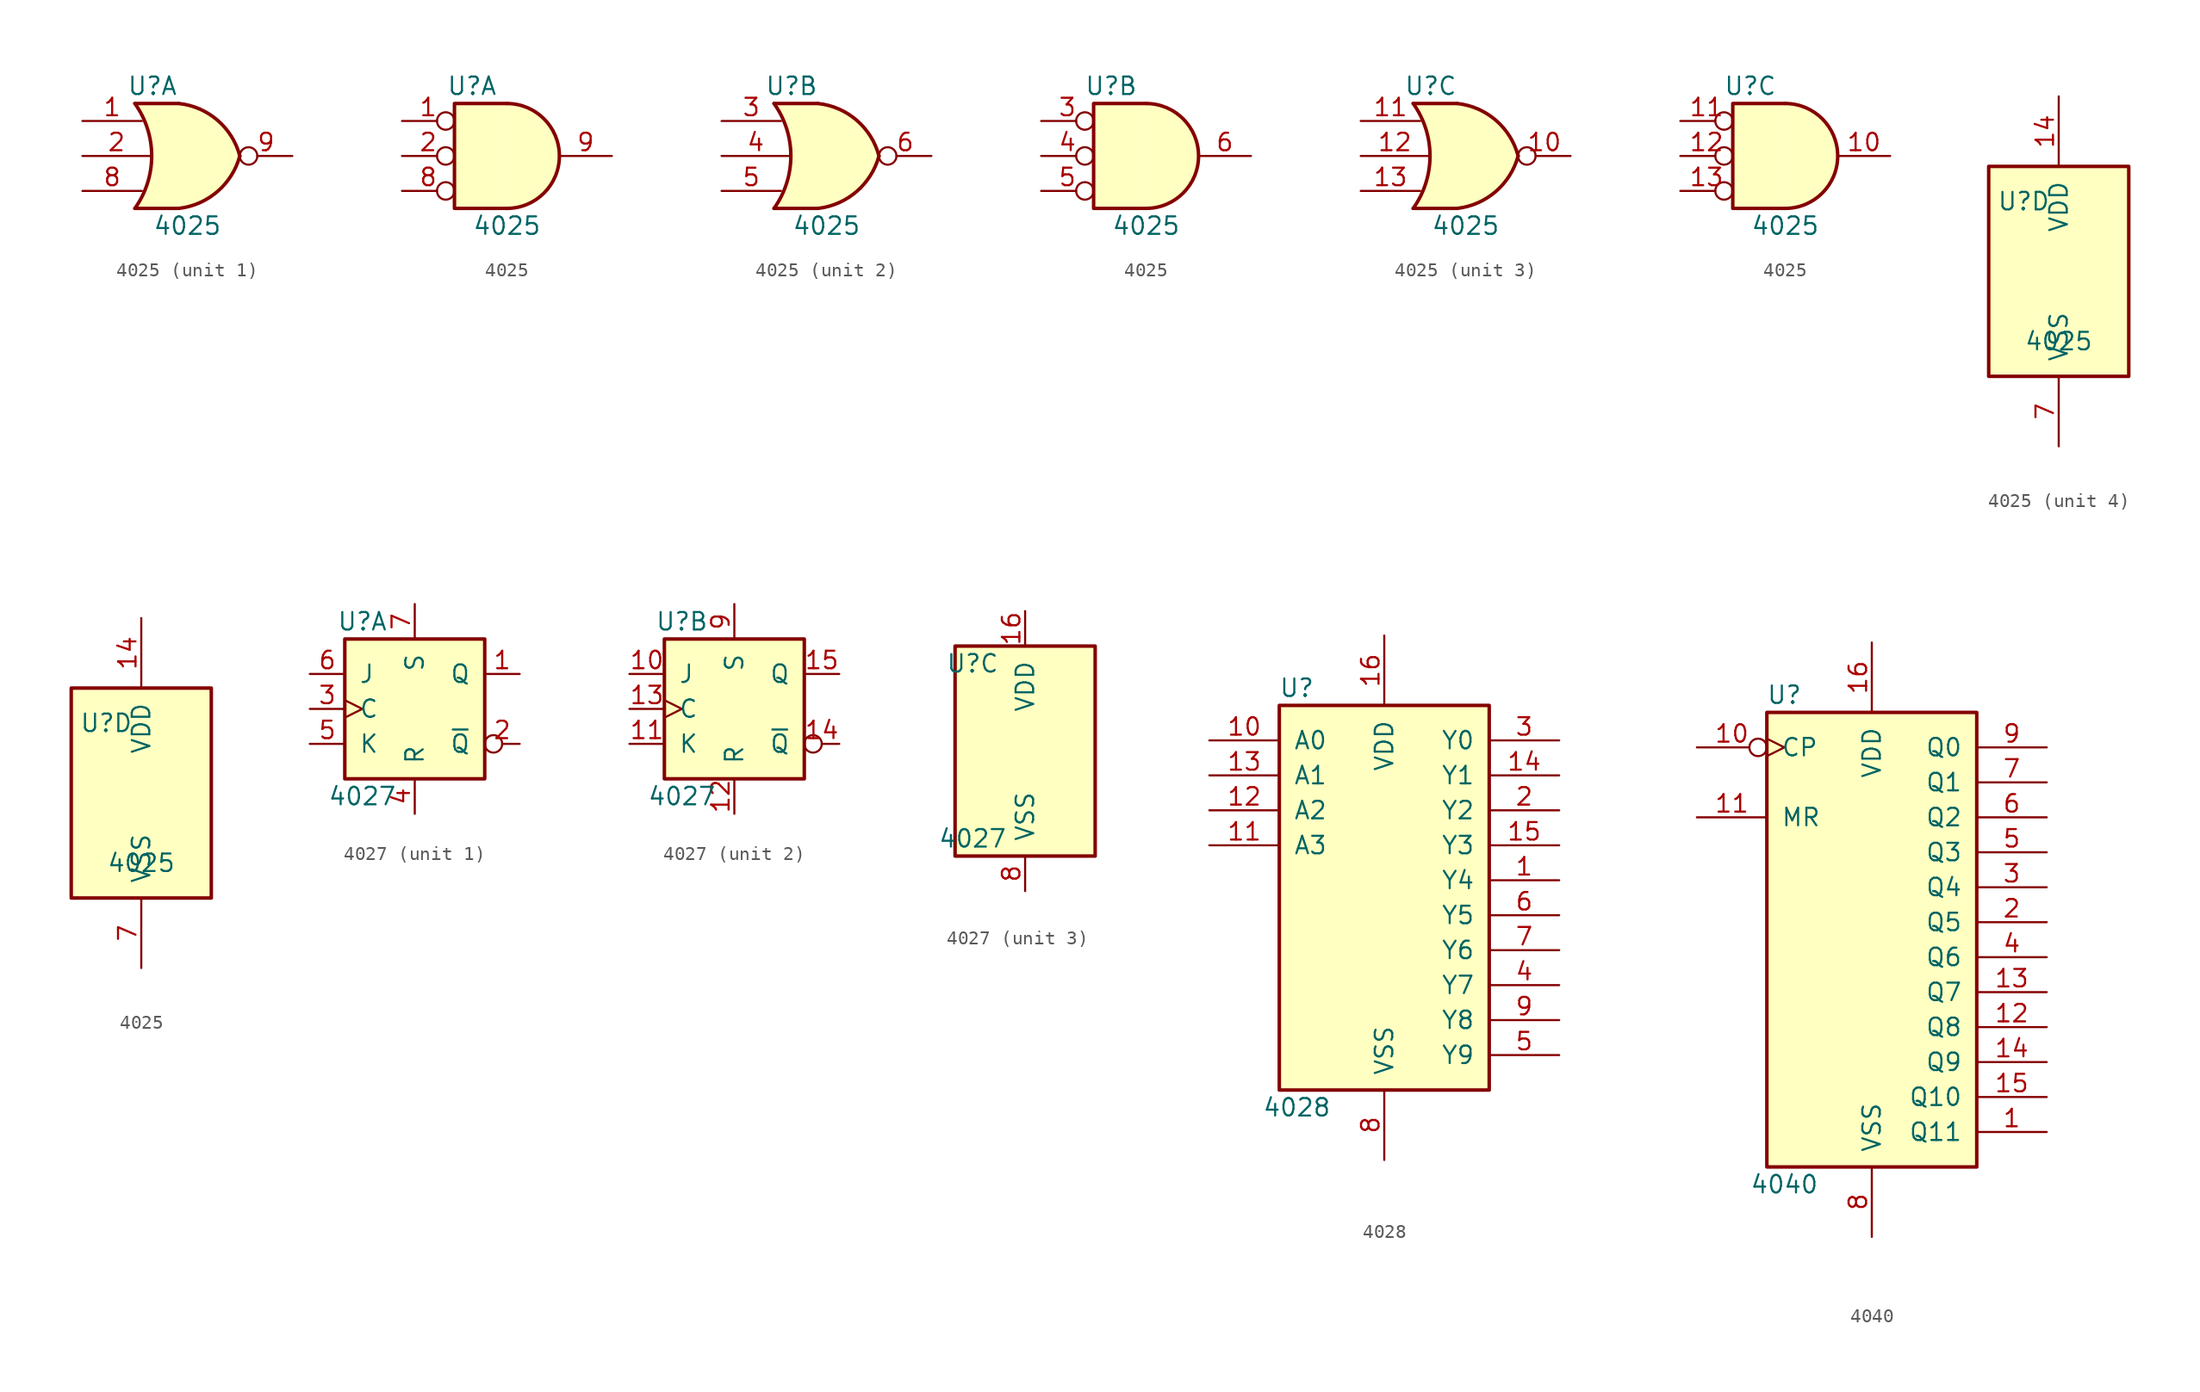
<source format=kicad_sym>
(kicad_symbol_lib
  (version 20211014)
  (generator kicad_symbol_editor)
  (symbol "4025"
    (pin_names
      (offset 1.016))
    (property "Reference" "U"
      (at -2.54 5.08 0)
      (effects (font (size 1.27 1.27))))
    (property "Value" "4025"
      (at 0 -5.08 0)
      (effects (font (size 1.27 1.27))))
    (property "ki_locked" ""
      (at 0 0 0)
      (effects (font (size 1.27 1.27))))
    (symbol "4025_1_1"
      (arc (start -3.81 -3.81) (mid -2.589 0) (end -3.81 3.81) (stroke (width 0.254) (type default) (color 0 0 0 0)) (fill (type none)))
      (arc (start -0.6096 -3.81) (mid 2.1842 -2.5851) (end 3.81 0) (stroke (width 0.254) (type default) (color 0 0 0 0)) (fill (type background)))
      (polyline (pts (xy -3.81 -3.81) (xy -0.635 -3.81)) (stroke (width 0.254) (type default) (color 0 0 0 0)) (fill (type background)))
      (polyline (pts (xy -3.81 3.81) (xy -0.635 3.81)) (stroke (width 0.254) (type default) (color 0 0 0 0)) (fill (type background)))
      (polyline (pts (xy -0.635 3.81) (xy -3.81 3.81) (xy -3.81 3.81) (xy -3.556 3.404) (xy -3.023 2.261) (xy -2.692 1.041) (xy -2.616 -0.254) (xy -2.769 -1.499) (xy -3.175 -2.718) (xy -3.81 -3.81) (xy -3.81 -3.81) (xy -0.635 -3.81)) (stroke (width -25.4) (type default) (color 0 0 0 0)) (fill (type background)))
      (arc (start 3.81 0) (mid 2.1915 2.5936) (end -0.6096 3.81) (stroke (width 0.254) (type default) (color 0 0 0 0)) (fill (type background)))
      (pin input line (at -7.62 2.54 0) (length 4.318) (name "~" (effects (font (size 1.27 1.27)))) (number "1" (effects (font (size 1.27 1.27)))))
      (pin input line (at -7.62 0 0) (length 4.953) (name "~" (effects (font (size 1.27 1.27)))) (number "2" (effects (font (size 1.27 1.27)))))
      (pin input line (at -7.62 -2.54 0) (length 4.318) (name "~" (effects (font (size 1.27 1.27)))) (number "8" (effects (font (size 1.27 1.27)))))
      (pin output inverted (at 7.62 0 180) (length 3.81) (name "~" (effects (font (size 1.27 1.27)))) (number "9" (effects (font (size 1.27 1.27))))))
    (symbol "4025_1_2"
      (arc (start 0 -3.81) (mid 3.81 0) (end 0 3.81) (stroke (width 0.254) (type default) (color 0 0 0 0)) (fill (type background)))
      (polyline (pts (xy 0 3.81) (xy -3.81 3.81) (xy -3.81 -3.81) (xy 0 -3.81)) (stroke (width 0.254) (type default) (color 0 0 0 0)) (fill (type background)))
      (pin input inverted (at -7.62 2.54 0) (length 3.81) (name "~" (effects (font (size 1.27 1.27)))) (number "1" (effects (font (size 1.27 1.27)))))
      (pin input inverted (at -7.62 0 0) (length 3.81) (name "~" (effects (font (size 1.27 1.27)))) (number "2" (effects (font (size 1.27 1.27)))))
      (pin input inverted (at -7.62 -2.54 0) (length 3.81) (name "~" (effects (font (size 1.27 1.27)))) (number "8" (effects (font (size 1.27 1.27)))))
      (pin output line (at 7.62 0 180) (length 3.81) (name "~" (effects (font (size 1.27 1.27)))) (number "9" (effects (font (size 1.27 1.27))))))
    (symbol "4025_2_1"
      (arc (start -3.81 -3.81) (mid -2.589 0) (end -3.81 3.81) (stroke (width 0.254) (type default) (color 0 0 0 0)) (fill (type none)))
      (arc (start -0.6096 -3.81) (mid 2.1842 -2.5851) (end 3.81 0) (stroke (width 0.254) (type default) (color 0 0 0 0)) (fill (type background)))
      (polyline (pts (xy -3.81 -3.81) (xy -0.635 -3.81)) (stroke (width 0.254) (type default) (color 0 0 0 0)) (fill (type background)))
      (polyline (pts (xy -3.81 3.81) (xy -0.635 3.81)) (stroke (width 0.254) (type default) (color 0 0 0 0)) (fill (type background)))
      (polyline (pts (xy -0.635 3.81) (xy -3.81 3.81) (xy -3.81 3.81) (xy -3.556 3.404) (xy -3.023 2.261) (xy -2.692 1.041) (xy -2.616 -0.254) (xy -2.769 -1.499) (xy -3.175 -2.718) (xy -3.81 -3.81) (xy -3.81 -3.81) (xy -0.635 -3.81)) (stroke (width -25.4) (type default) (color 0 0 0 0)) (fill (type background)))
      (arc (start 3.81 0) (mid 2.1915 2.5936) (end -0.6096 3.81) (stroke (width 0.254) (type default) (color 0 0 0 0)) (fill (type background)))
      (pin input line (at -7.62 2.54 0) (length 4.318) (name "~" (effects (font (size 1.27 1.27)))) (number "3" (effects (font (size 1.27 1.27)))))
      (pin input line (at -7.62 0 0) (length 4.953) (name "~" (effects (font (size 1.27 1.27)))) (number "4" (effects (font (size 1.27 1.27)))))
      (pin input line (at -7.62 -2.54 0) (length 4.318) (name "~" (effects (font (size 1.27 1.27)))) (number "5" (effects (font (size 1.27 1.27)))))
      (pin output inverted (at 7.62 0 180) (length 3.81) (name "~" (effects (font (size 1.27 1.27)))) (number "6" (effects (font (size 1.27 1.27))))))
    (symbol "4025_2_2"
      (arc (start 0 -3.81) (mid 3.81 0) (end 0 3.81) (stroke (width 0.254) (type default) (color 0 0 0 0)) (fill (type background)))
      (polyline (pts (xy 0 3.81) (xy -3.81 3.81) (xy -3.81 -3.81) (xy 0 -3.81)) (stroke (width 0.254) (type default) (color 0 0 0 0)) (fill (type background)))
      (pin input inverted (at -7.62 2.54 0) (length 3.81) (name "~" (effects (font (size 1.27 1.27)))) (number "3" (effects (font (size 1.27 1.27)))))
      (pin input inverted (at -7.62 0 0) (length 3.81) (name "~" (effects (font (size 1.27 1.27)))) (number "4" (effects (font (size 1.27 1.27)))))
      (pin input inverted (at -7.62 -2.54 0) (length 3.81) (name "~" (effects (font (size 1.27 1.27)))) (number "5" (effects (font (size 1.27 1.27)))))
      (pin output line (at 7.62 0 180) (length 3.81) (name "~" (effects (font (size 1.27 1.27)))) (number "6" (effects (font (size 1.27 1.27))))))
    (symbol "4025_3_1"
      (arc (start -3.81 -3.81) (mid -2.589 0) (end -3.81 3.81) (stroke (width 0.254) (type default) (color 0 0 0 0)) (fill (type none)))
      (arc (start -0.6096 -3.81) (mid 2.1842 -2.5851) (end 3.81 0) (stroke (width 0.254) (type default) (color 0 0 0 0)) (fill (type background)))
      (polyline (pts (xy -3.81 -3.81) (xy -0.635 -3.81)) (stroke (width 0.254) (type default) (color 0 0 0 0)) (fill (type background)))
      (polyline (pts (xy -3.81 3.81) (xy -0.635 3.81)) (stroke (width 0.254) (type default) (color 0 0 0 0)) (fill (type background)))
      (polyline (pts (xy -0.635 3.81) (xy -3.81 3.81) (xy -3.81 3.81) (xy -3.556 3.404) (xy -3.023 2.261) (xy -2.692 1.041) (xy -2.616 -0.254) (xy -2.769 -1.499) (xy -3.175 -2.718) (xy -3.81 -3.81) (xy -3.81 -3.81) (xy -0.635 -3.81)) (stroke (width -25.4) (type default) (color 0 0 0 0)) (fill (type background)))
      (arc (start 3.81 0) (mid 2.1915 2.5936) (end -0.6096 3.81) (stroke (width 0.254) (type default) (color 0 0 0 0)) (fill (type background)))
      (pin output inverted (at 7.62 0 180) (length 3.81) (name "~" (effects (font (size 1.27 1.27)))) (number "10" (effects (font (size 1.27 1.27)))))
      (pin input line (at -7.62 2.54 0) (length 4.318) (name "~" (effects (font (size 1.27 1.27)))) (number "11" (effects (font (size 1.27 1.27)))))
      (pin input line (at -7.62 0 0) (length 4.953) (name "~" (effects (font (size 1.27 1.27)))) (number "12" (effects (font (size 1.27 1.27)))))
      (pin input line (at -7.62 -2.54 0) (length 4.318) (name "~" (effects (font (size 1.27 1.27)))) (number "13" (effects (font (size 1.27 1.27))))))
    (symbol "4025_3_2"
      (arc (start 0 -3.81) (mid 3.81 0) (end 0 3.81) (stroke (width 0.254) (type default) (color 0 0 0 0)) (fill (type background)))
      (polyline (pts (xy 0 3.81) (xy -3.81 3.81) (xy -3.81 -3.81) (xy 0 -3.81)) (stroke (width 0.254) (type default) (color 0 0 0 0)) (fill (type background)))
      (pin output line (at 7.62 0 180) (length 3.81) (name "~" (effects (font (size 1.27 1.27)))) (number "10" (effects (font (size 1.27 1.27)))))
      (pin input inverted (at -7.62 2.54 0) (length 3.81) (name "~" (effects (font (size 1.27 1.27)))) (number "11" (effects (font (size 1.27 1.27)))))
      (pin input inverted (at -7.62 0 0) (length 3.81) (name "~" (effects (font (size 1.27 1.27)))) (number "12" (effects (font (size 1.27 1.27)))))
      (pin input inverted (at -7.62 -2.54 0) (length 3.81) (name "~" (effects (font (size 1.27 1.27)))) (number "13" (effects (font (size 1.27 1.27))))))
    (symbol "4025_4_0"
      (pin power_in line (at 0 12.7 270) (length 5.08) (name "VDD" (effects (font (size 1.27 1.27)))) (number "14" (effects (font (size 1.27 1.27)))))
      (pin power_in line (at 0 -12.7 90) (length 5.08) (name "VSS" (effects (font (size 1.27 1.27)))) (number "7" (effects (font (size 1.27 1.27))))))
    (symbol "4025_4_1"
      (rectangle (start -5.08 7.62) (end 5.08 -7.62) (stroke (width 0.254) (type default) (color 0 0 0 0)) (fill (type background))))
    (symbol "4025_4_2"
      (rectangle (start -5.08 7.62) (end 5.08 -7.62) (stroke (width 0.254) (type default) (color 0 0 0 0)) (fill (type background)))))
  (symbol "4027"
    (pin_names
      (offset 1.016))
    (property "Reference" "U"
      (at -3.81 6.35 0)
      (effects (font (size 1.27 1.27))))
    (property "Value" "4027"
      (at -3.81 -6.35 0)
      (effects (font (size 1.27 1.27))))
    (property "ki_locked" ""
      (at 0 0 0)
      (effects (font (size 1.27 1.27))))
    (symbol "4027_1_1"
      (rectangle (start -5.08 5.08) (end 5.08 -5.08) (stroke (width 0.254) (type default) (color 0 0 0 0)) (fill (type background)))
      (pin output line (at 7.62 2.54 180) (length 2.54) (name "Q" (effects (font (size 1.27 1.27)))) (number "1" (effects (font (size 1.27 1.27)))))
      (pin output inverted (at 7.62 -2.54 180) (length 2.54) (name "~{Q}" (effects (font (size 1.27 1.27)))) (number "2" (effects (font (size 1.27 1.27)))))
      (pin input clock (at -7.62 0 0) (length 2.54) (name "C" (effects (font (size 1.27 1.27)))) (number "3" (effects (font (size 1.27 1.27)))))
      (pin input line (at 0 -7.62 90) (length 2.54) (name "R" (effects (font (size 1.27 1.27)))) (number "4" (effects (font (size 1.27 1.27)))))
      (pin input line (at -7.62 -2.54 0) (length 2.54) (name "K" (effects (font (size 1.27 1.27)))) (number "5" (effects (font (size 1.27 1.27)))))
      (pin input line (at -7.62 2.54 0) (length 2.54) (name "J" (effects (font (size 1.27 1.27)))) (number "6" (effects (font (size 1.27 1.27)))))
      (pin input line (at 0 7.62 270) (length 2.54) (name "S" (effects (font (size 1.27 1.27)))) (number "7" (effects (font (size 1.27 1.27))))))
    (symbol "4027_2_1"
      (rectangle (start -5.08 5.08) (end 5.08 -5.08) (stroke (width 0.254) (type default) (color 0 0 0 0)) (fill (type background)))
      (pin input line (at -7.62 2.54 0) (length 2.54) (name "J" (effects (font (size 1.27 1.27)))) (number "10" (effects (font (size 1.27 1.27)))))
      (pin input line (at -7.62 -2.54 0) (length 2.54) (name "K" (effects (font (size 1.27 1.27)))) (number "11" (effects (font (size 1.27 1.27)))))
      (pin input line (at 0 -7.62 90) (length 2.54) (name "R" (effects (font (size 1.27 1.27)))) (number "12" (effects (font (size 1.27 1.27)))))
      (pin input clock (at -7.62 0 0) (length 2.54) (name "C" (effects (font (size 1.27 1.27)))) (number "13" (effects (font (size 1.27 1.27)))))
      (pin output inverted (at 7.62 -2.54 180) (length 2.54) (name "~{Q}" (effects (font (size 1.27 1.27)))) (number "14" (effects (font (size 1.27 1.27)))))
      (pin output line (at 7.62 2.54 180) (length 2.54) (name "Q" (effects (font (size 1.27 1.27)))) (number "15" (effects (font (size 1.27 1.27)))))
      (pin input line (at 0 7.62 270) (length 2.54) (name "S" (effects (font (size 1.27 1.27)))) (number "9" (effects (font (size 1.27 1.27))))))
    (symbol "4027_3_0"
      (pin power_in line (at 0 10.16 270) (length 2.54) (name "VDD" (effects (font (size 1.27 1.27)))) (number "16" (effects (font (size 1.27 1.27)))))
      (pin power_in line (at 0 -10.16 90) (length 2.54) (name "VSS" (effects (font (size 1.27 1.27)))) (number "8" (effects (font (size 1.27 1.27))))))
    (symbol "4027_3_1"
      (rectangle (start -5.08 7.62) (end 5.08 -7.62) (stroke (width 0.254) (type default) (color 0 0 0 0)) (fill (type background)))))
  (symbol "4028"
    (pin_names
      (offset 1.016))
    (property "Reference" "U"
      (at -6.35 13.97 0)
      (effects (font (size 1.27 1.27))))
    (property "Value" "4028"
      (at -6.35 -16.51 0)
      (effects (font (size 1.27 1.27))))
    (symbol "4028_1_0"
      (pin output line (at 12.7 0 180) (length 5.08) (name "Y4" (effects (font (size 1.27 1.27)))) (number "1" (effects (font (size 1.27 1.27)))))
      (pin input line (at -12.7 10.16 0) (length 5.08) (name "A0" (effects (font (size 1.27 1.27)))) (number "10" (effects (font (size 1.27 1.27)))))
      (pin input line (at -12.7 2.54 0) (length 5.08) (name "A3" (effects (font (size 1.27 1.27)))) (number "11" (effects (font (size 1.27 1.27)))))
      (pin input line (at -12.7 5.08 0) (length 5.08) (name "A2" (effects (font (size 1.27 1.27)))) (number "12" (effects (font (size 1.27 1.27)))))
      (pin input line (at -12.7 7.62 0) (length 5.08) (name "A1" (effects (font (size 1.27 1.27)))) (number "13" (effects (font (size 1.27 1.27)))))
      (pin output line (at 12.7 7.62 180) (length 5.08) (name "Y1" (effects (font (size 1.27 1.27)))) (number "14" (effects (font (size 1.27 1.27)))))
      (pin output line (at 12.7 2.54 180) (length 5.08) (name "Y3" (effects (font (size 1.27 1.27)))) (number "15" (effects (font (size 1.27 1.27)))))
      (pin power_in line (at 0 17.78 270) (length 5.08) (name "VDD" (effects (font (size 1.27 1.27)))) (number "16" (effects (font (size 1.27 1.27)))))
      (pin output line (at 12.7 5.08 180) (length 5.08) (name "Y2" (effects (font (size 1.27 1.27)))) (number "2" (effects (font (size 1.27 1.27)))))
      (pin output line (at 12.7 10.16 180) (length 5.08) (name "Y0" (effects (font (size 1.27 1.27)))) (number "3" (effects (font (size 1.27 1.27)))))
      (pin output line (at 12.7 -7.62 180) (length 5.08) (name "Y7" (effects (font (size 1.27 1.27)))) (number "4" (effects (font (size 1.27 1.27)))))
      (pin output line (at 12.7 -12.7 180) (length 5.08) (name "Y9" (effects (font (size 1.27 1.27)))) (number "5" (effects (font (size 1.27 1.27)))))
      (pin output line (at 12.7 -2.54 180) (length 5.08) (name "Y5" (effects (font (size 1.27 1.27)))) (number "6" (effects (font (size 1.27 1.27)))))
      (pin output line (at 12.7 -5.08 180) (length 5.08) (name "Y6" (effects (font (size 1.27 1.27)))) (number "7" (effects (font (size 1.27 1.27)))))
      (pin power_in line (at 0 -20.32 90) (length 5.08) (name "VSS" (effects (font (size 1.27 1.27)))) (number "8" (effects (font (size 1.27 1.27)))))
      (pin output line (at 12.7 -10.16 180) (length 5.08) (name "Y8" (effects (font (size 1.27 1.27)))) (number "9" (effects (font (size 1.27 1.27))))))
    (symbol "4028_1_1"
      (rectangle (start -7.62 12.7) (end 7.62 -15.24) (stroke (width 0.254) (type default) (color 0 0 0 0)) (fill (type background)))))
  (symbol "4040"
    (pin_names
      (offset 1.016))
    (property "Reference" "U"
      (at -6.35 17.78 0)
      (effects (font (size 1.27 1.27))))
    (property "Value" "4040"
      (at -6.35 -17.78 0)
      (effects (font (size 1.27 1.27))))
    (symbol "4040_1_0"
      (pin output line (at 12.7 -13.97 180) (length 5.08) (name "Q11" (effects (font (size 1.27 1.27)))) (number "1" (effects (font (size 1.27 1.27)))))
      (pin input inverted_clock (at -12.7 13.97 0) (length 5.08) (name "CP" (effects (font (size 1.27 1.27)))) (number "10" (effects (font (size 1.27 1.27)))))
      (pin input line (at -12.7 8.89 0) (length 5.08) (name "MR" (effects (font (size 1.27 1.27)))) (number "11" (effects (font (size 1.27 1.27)))))
      (pin output line (at 12.7 -6.35 180) (length 5.08) (name "Q8" (effects (font (size 1.27 1.27)))) (number "12" (effects (font (size 1.27 1.27)))))
      (pin output line (at 12.7 -3.81 180) (length 5.08) (name "Q7" (effects (font (size 1.27 1.27)))) (number "13" (effects (font (size 1.27 1.27)))))
      (pin output line (at 12.7 -8.89 180) (length 5.08) (name "Q9" (effects (font (size 1.27 1.27)))) (number "14" (effects (font (size 1.27 1.27)))))
      (pin output line (at 12.7 -11.43 180) (length 5.08) (name "Q10" (effects (font (size 1.27 1.27)))) (number "15" (effects (font (size 1.27 1.27)))))
      (pin power_in line (at 0 21.59 270) (length 5.08) (name "VDD" (effects (font (size 1.27 1.27)))) (number "16" (effects (font (size 1.27 1.27)))))
      (pin output line (at 12.7 1.27 180) (length 5.08) (name "Q5" (effects (font (size 1.27 1.27)))) (number "2" (effects (font (size 1.27 1.27)))))
      (pin output line (at 12.7 3.81 180) (length 5.08) (name "Q4" (effects (font (size 1.27 1.27)))) (number "3" (effects (font (size 1.27 1.27)))))
      (pin output line (at 12.7 -1.27 180) (length 5.08) (name "Q6" (effects (font (size 1.27 1.27)))) (number "4" (effects (font (size 1.27 1.27)))))
      (pin output line (at 12.7 6.35 180) (length 5.08) (name "Q3" (effects (font (size 1.27 1.27)))) (number "5" (effects (font (size 1.27 1.27)))))
      (pin output line (at 12.7 8.89 180) (length 5.08) (name "Q2" (effects (font (size 1.27 1.27)))) (number "6" (effects (font (size 1.27 1.27)))))
      (pin output line (at 12.7 11.43 180) (length 5.08) (name "Q1" (effects (font (size 1.27 1.27)))) (number "7" (effects (font (size 1.27 1.27)))))
      (pin power_in line (at 0 -21.59 90) (length 5.08) (name "VSS" (effects (font (size 1.27 1.27)))) (number "8" (effects (font (size 1.27 1.27)))))
      (pin output line (at 12.7 13.97 180) (length 5.08) (name "Q0" (effects (font (size 1.27 1.27)))) (number "9" (effects (font (size 1.27 1.27))))))
    (symbol "4040_1_1"
      (rectangle (start -7.62 16.51) (end 7.62 -16.51) (stroke (width 0.254) (type default) (color 0 0 0 0)) (fill (type background))))))
</source>
